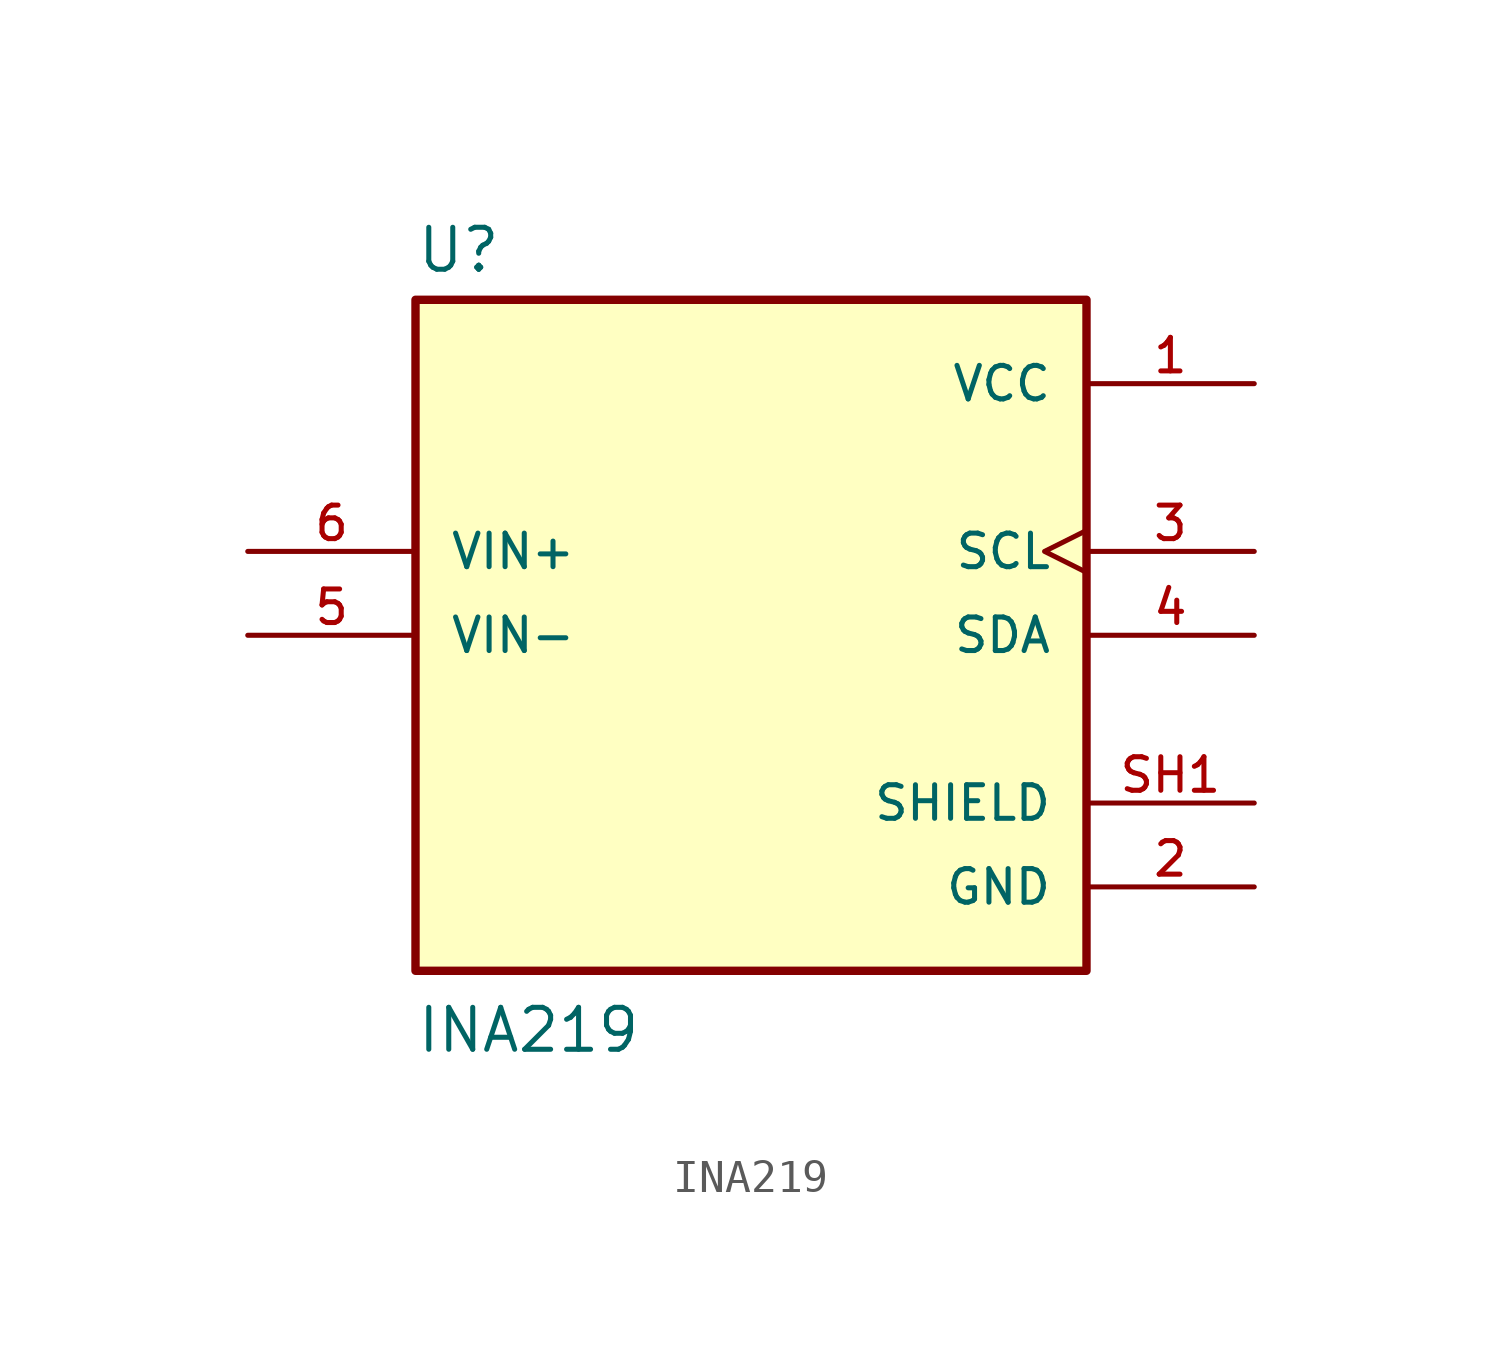
<source format=kicad_sym>
(kicad_symbol_lib
  (version 20211014)
  (generator kicad_symbol_editor)
  (symbol "INA219"
    (pin_names
      (offset 1.016))
    (property "Reference" "U"
      (at -10.16 10.922 0)
      (effects (font (size 1.27 1.27)) (justify bottom left)))
    (property "Value" "INA219"
      (at -10.16 -12.7 0)
      (effects (font (size 1.27 1.27)) (justify bottom left)))
    (symbol "INA219_0_0"
      (rectangle (start -10.16 -10.16) (end 10.16 10.16) (stroke (width 0.254)) (fill (type background)))
      (pin power_in line (at 15.24 7.62 180.0) (length 5.08) (name "VCC" (effects (font (size 1.016 1.016)))) (number "1" (effects (font (size 1.016 1.016)))))
      (pin power_in line (at 15.24 -7.62 180.0) (length 5.08) (name "GND" (effects (font (size 1.016 1.016)))) (number "2" (effects (font (size 1.016 1.016)))))
      (pin input line (at -15.24 2.54 0) (length 5.08) (name "VIN+" (effects (font (size 1.016 1.016)))) (number "6" (effects (font (size 1.016 1.016)))))
      (pin input line (at -15.24 2.54 0) (length 5.08) hide (name "VIN+" (effects (font (size 1.016 1.016)))) (number "VIN+" (effects (font (size 1.016 1.016)))))
      (pin input line (at -15.24 0.0 0) (length 5.08) (name "VIN-" (effects (font (size 1.016 1.016)))) (number "5" (effects (font (size 1.016 1.016)))))
      (pin input line (at -15.24 0.0 0) (length 5.08) hide (name "VIN-" (effects (font (size 1.016 1.016)))) (number "VIN-" (effects (font (size 1.016 1.016)))))
      (pin input clock (at 15.24 2.54 180.0) (length 5.08) (name "SCL" (effects (font (size 1.016 1.016)))) (number "3" (effects (font (size 1.016 1.016)))))
      (pin bidirectional line (at 15.24 0.0 180.0) (length 5.08) (name "SDA" (effects (font (size 1.016 1.016)))) (number "4" (effects (font (size 1.016 1.016)))))
      (pin passive line (at 15.24 -5.08 180.0) (length 5.08) (name "SHIELD" (effects (font (size 1.016 1.016)))) (number "SH1" (effects (font (size 1.016 1.016)))))
      (pin passive line (at 15.24 -5.08 180.0) (length 5.08) hide (name "SHIELD" (effects (font (size 1.016 1.016)))) (number "SH2" (effects (font (size 1.016 1.016)))))
      (pin passive line (at 15.24 -5.08 180.0) (length 5.08) hide (name "SHIELD" (effects (font (size 1.016 1.016)))) (number "SH3" (effects (font (size 1.016 1.016)))))
      (pin passive line (at 15.24 -5.08 180.0) (length 5.08) hide (name "SHIELD" (effects (font (size 1.016 1.016)))) (number "SH4" (effects (font (size 1.016 1.016))))))))
</source>
